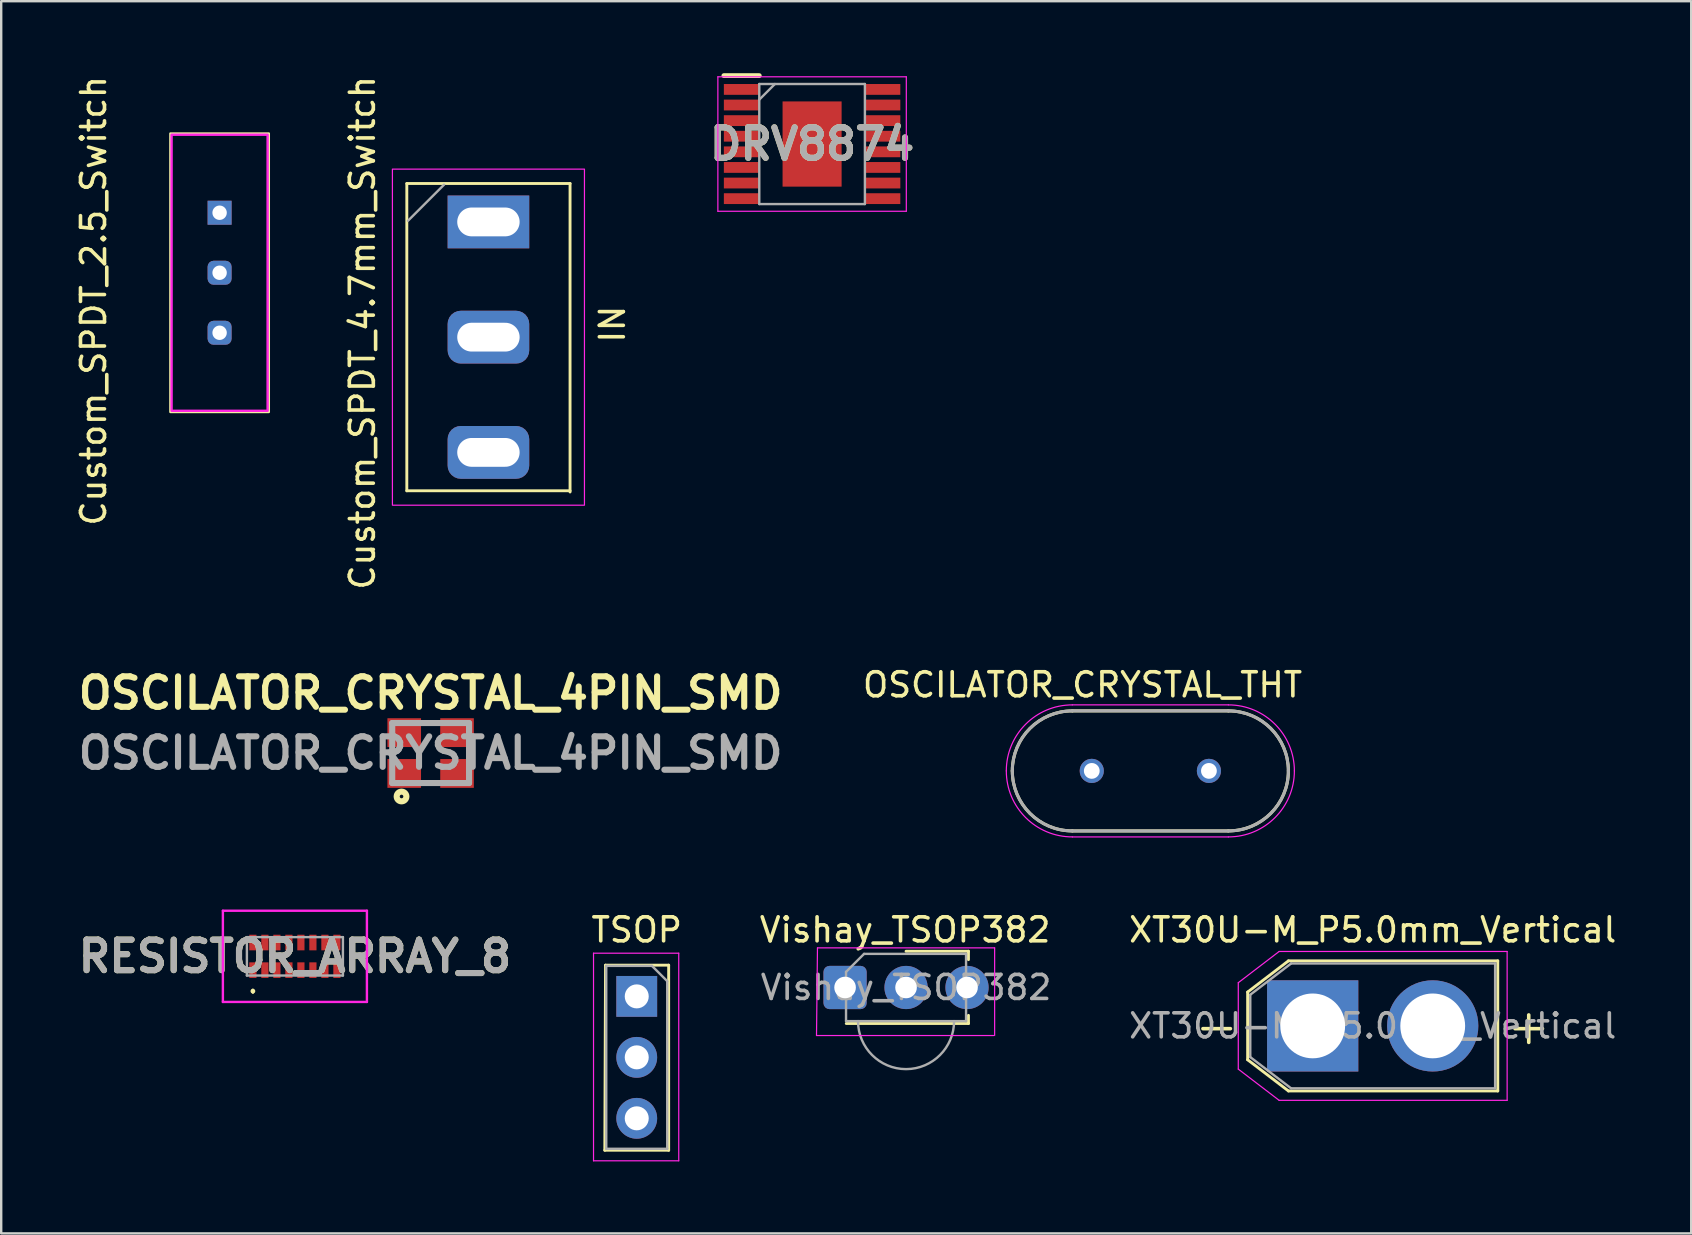
<source format=kicad_pcb>
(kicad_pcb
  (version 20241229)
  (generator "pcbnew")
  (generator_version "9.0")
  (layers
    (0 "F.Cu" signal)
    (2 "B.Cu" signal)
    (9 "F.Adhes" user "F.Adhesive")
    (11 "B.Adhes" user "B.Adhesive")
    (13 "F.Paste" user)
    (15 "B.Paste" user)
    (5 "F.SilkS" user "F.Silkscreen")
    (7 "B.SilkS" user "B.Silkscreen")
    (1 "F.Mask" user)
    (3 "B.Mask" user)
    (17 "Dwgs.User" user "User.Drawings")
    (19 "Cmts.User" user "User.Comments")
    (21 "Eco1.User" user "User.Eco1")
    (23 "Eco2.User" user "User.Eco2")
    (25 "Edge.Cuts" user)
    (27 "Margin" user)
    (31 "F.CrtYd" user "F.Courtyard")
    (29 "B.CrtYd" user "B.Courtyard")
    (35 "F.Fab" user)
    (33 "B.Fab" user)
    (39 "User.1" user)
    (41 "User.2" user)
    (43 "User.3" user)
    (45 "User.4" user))
  (footprint "Custom_SPDT_4.7mm_Switch"
    (layer "F.Cu")
    (at 17.297 10.895)
    (property "Reference" "Custom_SPDT_4.7mm_Switch" (at -5.25 -0.08 90) (layer "F.SilkS") (effects (font (size 1 1) (thickness 0.15))))
    (attr through_hole)
    (fp_line (start -3.4 -6.3) (end 3.4 -6.3) (stroke (width 0.12) (type solid)) (layer "F.SilkS"))
    (fp_line (start -3.4 6.5) (end -3.4 -6.3) (stroke (width 0.12) (type solid)) (layer "F.SilkS"))
    (fp_line (start -3.4 6.5) (end 3.4 6.5) (stroke (width 0.12) (type solid)) (layer "F.SilkS"))
    (fp_line (start 3.4 6.55) (end 3.4 -6.3) (stroke (width 0.12) (type solid)) (layer "F.SilkS"))
    (fp_rect (start -4 -6.9) (end 4 7.1) (stroke (width 0.05) (type default)) (fill no) (layer "F.CrtYd"))
    (fp_line (start -3.35 -4.75) (end -1.85 -6.25) (stroke (width 0.1) (type solid)) (layer "F.Fab"))
    (fp_text user "IN" (at 5.75 0.42 90) (unlocked yes) (layer "F.SilkS") (effects (font (size 1 1) (thickness 0.15)) (justify left bottom)))
    (pad "1" thru_hole rect (at 0 -4.7) (size 3.4 2.2) (drill oval 2.6 1.2) (layers "*.Cu" "*.Mask"))
    (pad "2" thru_hole roundrect (at 0 0.1) (size 3.4 2.2) (drill oval 2.6 1.2) (layers "*.Cu" "*.Mask") (roundrect_rratio 0.25))
    (pad "3" thru_hole roundrect (at 0 4.9) (size 3.4 2.2) (drill oval 2.6 1.2) (layers "*.Cu" "*.Mask") (roundrect_rratio 0.25)))
  (footprint "OSCILATOR_CRYSTAL_4PIN_SMD"
    (layer "F.Cu")
    (at 14.889 28.32)
    (property "Reference" "OSCILATOR_CRYSTAL_4PIN_SMD" (at 0 -2.5 0) (layer "F.SilkS") (effects (font (size 1.27 1.27) (thickness 0.254))))
    (attr smd)
    (fp_circle (center -1.212 1.81) (end -1.212 1.885) (stroke (width 0.254) (type solid)) (fill no) (layer "F.SilkS"))
    (fp_line (start -1.6 -1.25) (end 1.6 -1.25) (stroke (width 0.254) (type solid)) (layer "F.Fab"))
    (fp_line (start -1.6 1.25) (end -1.6 -1.25) (stroke (width 0.254) (type solid)) (layer "F.Fab"))
    (fp_line (start 1.6 -1.25) (end 1.6 1.25) (stroke (width 0.254) (type solid)) (layer "F.Fab"))
    (fp_line (start 1.6 1.25) (end -1.6 1.25) (stroke (width 0.254) (type solid)) (layer "F.Fab"))
    (fp_text user "${REFERENCE}" (at 0 0 0) (layer "F.Fab") (effects (font (size 1.27 1.27) (thickness 0.254))))
    (pad "1" smd rect (at -1.1 0.85 90) (size 1.2 1.4) (layers "F.Cu" "F.Mask" "F.Paste"))
    (pad "2" smd rect (at 1.1 0.85 90) (size 1.2 1.4) (layers "F.Cu" "F.Mask" "F.Paste"))
    (pad "3" smd rect (at 1.1 -0.85 90) (size 1.2 1.4) (layers "F.Cu" "F.Mask" "F.Paste"))
    (pad "4" smd rect (at -1.1 -0.85 90) (size 1.2 1.4) (layers "F.Cu" "F.Mask" "F.Paste")))
  (footprint "RESISTOR_ARRAY_8"
    (layer "F.Cu")
    (at 9.235 36.789)
    (property "Reference" "RESISTOR_ARRAY_8" (at 0 0 0) (layer "F.SilkS") (effects (font (size 1.27 1.27) (thickness 0.254))))
    (attr smd)
    (fp_line (start -1.75 1.4) (end -1.75 1.4) (stroke (width 0.1) (type solid)) (layer "F.SilkS"))
    (fp_line (start -1.75 1.5) (end -1.75 1.5) (stroke (width 0.1) (type solid)) (layer "F.SilkS"))
    (fp_arc (start -1.75 1.4) (mid -1.7 1.45) (end -1.75 1.5) (stroke (width 0.1) (type solid)) (layer "F.SilkS"))
    (fp_arc (start -1.75 1.5) (mid -1.8 1.45) (end -1.75 1.4) (stroke (width 0.1) (type solid)) (layer "F.SilkS"))
    (fp_line (start -3 -1.9) (end 3 -1.9) (stroke (width 0.1) (type solid)) (layer "F.CrtYd"))
    (fp_line (start -3 1.9) (end -3 -1.9) (stroke (width 0.1) (type solid)) (layer "F.CrtYd"))
    (fp_line (start 3 -1.9) (end 3 1.9) (stroke (width 0.1) (type solid)) (layer "F.CrtYd"))
    (fp_line (start 3 1.9) (end -3 1.9) (stroke (width 0.1) (type solid)) (layer "F.CrtYd"))
    (fp_line (start -2 -0.8) (end -2 0.8) (stroke (width 0.1) (type solid)) (layer "F.Fab"))
    (fp_line (start -2 0.8) (end 2 0.8) (stroke (width 0.1) (type solid)) (layer "F.Fab"))
    (fp_line (start 2 -0.8) (end -2 -0.8) (stroke (width 0.1) (type solid)) (layer "F.Fab"))
    (fp_line (start 2 0.8) (end 2 -0.8) (stroke (width 0.1) (type solid)) (layer "F.Fab"))
    (fp_text user "${REFERENCE}" (at 0 0 0) (layer "F.Fab") (effects (font (size 1.27 1.27) (thickness 0.254))))
    (pad "1" smd rect (at -1.75 0.575) (size 0.3 0.65) (layers "F.Cu" "F.Mask" "F.Paste"))
    (pad "2" smd rect (at -1.25 0.575) (size 0.3 0.65) (layers "F.Cu" "F.Mask" "F.Paste"))
    (pad "3" smd rect (at -0.75 0.575) (size 0.3 0.65) (layers "F.Cu" "F.Mask" "F.Paste"))
    (pad "4" smd rect (at -0.25 0.575) (size 0.3 0.65) (layers "F.Cu" "F.Mask" "F.Paste"))
    (pad "5" smd rect (at 0.25 0.575) (size 0.3 0.65) (layers "F.Cu" "F.Mask" "F.Paste"))
    (pad "6" smd rect (at 0.75 0.575) (size 0.3 0.65) (layers "F.Cu" "F.Mask" "F.Paste"))
    (pad "7" smd rect (at 1.25 0.575) (size 0.3 0.65) (layers "F.Cu" "F.Mask" "F.Paste"))
    (pad "8" smd rect (at 1.75 0.575) (size 0.3 0.65) (layers "F.Cu" "F.Mask" "F.Paste"))
    (pad "9" smd rect (at 1.75 -0.575) (size 0.3 0.65) (layers "F.Cu" "F.Mask" "F.Paste"))
    (pad "10" smd rect (at 1.25 -0.575) (size 0.3 0.65) (layers "F.Cu" "F.Mask" "F.Paste"))
    (pad "11" smd rect (at 0.75 -0.575) (size 0.3 0.65) (layers "F.Cu" "F.Mask" "F.Paste"))
    (pad "12" smd rect (at 0.25 -0.575) (size 0.3 0.65) (layers "F.Cu" "F.Mask" "F.Paste"))
    (pad "13" smd rect (at -0.25 -0.575) (size 0.3 0.65) (layers "F.Cu" "F.Mask" "F.Paste"))
    (pad "14" smd rect (at -0.75 -0.575) (size 0.3 0.65) (layers "F.Cu" "F.Mask" "F.Paste"))
    (pad "15" smd rect (at -1.25 -0.575) (size 0.3 0.65) (layers "F.Cu" "F.Mask" "F.Paste"))
    (pad "16" smd rect (at -1.75 -0.575) (size 0.3 0.65) (layers "F.Cu" "F.Mask" "F.Paste")))
  (footprint "XT30U-M_P5.0mm_Vertical"
    (layer "F.Cu")
    (at 51.634 39.687)
    (property "Reference" "XT30U-M_P5.0mm_Vertical" (at 2.5 -4 0) (layer "F.SilkS") (effects (font (size 1 1) (thickness 0.15))))
    (attr through_hole)
    (fp_line (start -2.71 -1.41) (end -2.71 1.41) (stroke (width 0.12) (type solid)) (layer "F.SilkS"))
    (fp_line (start -2.71 -1.41) (end -1.01 -2.71) (stroke (width 0.12) (type solid)) (layer "F.SilkS"))
    (fp_line (start -2.71 1.41) (end -1.01 2.71) (stroke (width 0.12) (type solid)) (layer "F.SilkS"))
    (fp_line (start -1.01 -2.71) (end 7.71 -2.71) (stroke (width 0.12) (type solid)) (layer "F.SilkS"))
    (fp_line (start -1.01 2.71) (end 7.71 2.71) (stroke (width 0.12) (type solid)) (layer "F.SilkS"))
    (fp_line (start 7.71 -2.71) (end 7.71 2.71) (stroke (width 0.12) (type solid)) (layer "F.SilkS"))
    (fp_line (start -3.1 -1.8) (end -3.1 1.8) (stroke (width 0.05) (type solid)) (layer "F.CrtYd"))
    (fp_line (start -3.1 -1.8) (end -1.4 -3.1) (stroke (width 0.05) (type solid)) (layer "F.CrtYd"))
    (fp_line (start -3.1 1.8) (end -1.4 3.1) (stroke (width 0.05) (type solid)) (layer "F.CrtYd"))
    (fp_line (start -1.4 -3.1) (end 8.1 -3.1) (stroke (width 0.05) (type solid)) (layer "F.CrtYd"))
    (fp_line (start -1.4 3.1) (end 8.1 3.1) (stroke (width 0.05) (type solid)) (layer "F.CrtYd"))
    (fp_line (start 8.1 -3.1) (end 8.1 3.1) (stroke (width 0.05) (type solid)) (layer "F.CrtYd"))
    (fp_line (start -2.6 -1.3) (end -2.6 1.3) (stroke (width 0.1) (type solid)) (layer "F.Fab"))
    (fp_line (start -2.6 -1.3) (end -0.9 -2.6) (stroke (width 0.1) (type solid)) (layer "F.Fab"))
    (fp_line (start -2.6 1.3) (end -0.9 2.6) (stroke (width 0.1) (type solid)) (layer "F.Fab"))
    (fp_line (start -0.9 -2.6) (end 7.6 -2.6) (stroke (width 0.1) (type solid)) (layer "F.Fab"))
    (fp_line (start -0.9 2.6) (end 7.6 2.6) (stroke (width 0.1) (type solid)) (layer "F.Fab"))
    (fp_line (start 7.6 -2.6) (end 7.6 2.6) (stroke (width 0.1) (type solid)) (layer "F.Fab"))
    (fp_text user "-" (at -4 0 0) (layer "F.SilkS") (effects (font (size 1.5 1.5) (thickness 0.15))))
    (fp_text user "+" (at 9 0 0) (layer "F.SilkS") (effects (font (size 1.5 1.5) (thickness 0.15))))
    (fp_text user "${REFERENCE}" (at 2.5 0 0) (layer "F.Fab") (effects (font (size 1 1) (thickness 0.15))))
    (pad "1" thru_hole rect (at 0 0) (size 3.8 3.8) (drill 2.7) (layers "*.Cu" "*.Mask"))
    (pad "2" thru_hole circle (at 5 0) (size 3.8 3.8) (drill 2.7) (layers "*.Cu" "*.Mask")))
  (footprint "DRV8874"
    (layer "F.Cu")
    (at 30.78 2.95)
    (property "Reference" "DRV8874" (at 0 0 0) (layer "F.SilkS") (effects (font (size 1.27 1.27) (thickness 0.254))))
    (attr smd)
    (fp_line (start -3.675 -2.85) (end -2.2 -2.85) (stroke (width 0.2) (type solid)) (layer "F.SilkS"))
    (fp_line (start -3.925 -2.8) (end 3.925 -2.8) (stroke (width 0.05) (type solid)) (layer "F.CrtYd"))
    (fp_line (start -3.925 2.8) (end -3.925 -2.8) (stroke (width 0.05) (type solid)) (layer "F.CrtYd"))
    (fp_line (start 3.925 -2.8) (end 3.925 2.8) (stroke (width 0.05) (type solid)) (layer "F.CrtYd"))
    (fp_line (start 3.925 2.8) (end -3.925 2.8) (stroke (width 0.05) (type solid)) (layer "F.CrtYd"))
    (fp_line (start -2.2 -2.5) (end 2.2 -2.5) (stroke (width 0.1) (type solid)) (layer "F.Fab"))
    (fp_line (start -2.2 -1.85) (end -1.55 -2.5) (stroke (width 0.1) (type solid)) (layer "F.Fab"))
    (fp_line (start -2.2 2.5) (end -2.2 -2.5) (stroke (width 0.1) (type solid)) (layer "F.Fab"))
    (fp_line (start 2.2 -2.5) (end 2.2 2.5) (stroke (width 0.1) (type solid)) (layer "F.Fab"))
    (fp_line (start 2.2 2.5) (end -2.2 2.5) (stroke (width 0.1) (type solid)) (layer "F.Fab"))
    (fp_text user "${REFERENCE}" (at 0 0 0) (layer "F.Fab") (effects (font (size 1.27 1.27) (thickness 0.254))))
    (pad "1" smd rect (at -2.938 -2.275 90) (size 0.45 1.475) (layers "F.Cu" "F.Mask" "F.Paste"))
    (pad "2" smd rect (at -2.938 -1.625 90) (size 0.45 1.475) (layers "F.Cu" "F.Mask" "F.Paste"))
    (pad "3" smd rect (at -2.938 -0.975 90) (size 0.45 1.475) (layers "F.Cu" "F.Mask" "F.Paste"))
    (pad "4" smd rect (at -2.938 -0.325 90) (size 0.45 1.475) (layers "F.Cu" "F.Mask" "F.Paste"))
    (pad "5" smd rect (at -2.938 0.325 90) (size 0.45 1.475) (layers "F.Cu" "F.Mask" "F.Paste"))
    (pad "6" smd rect (at -2.938 0.975 90) (size 0.45 1.475) (layers "F.Cu" "F.Mask" "F.Paste"))
    (pad "7" smd rect (at -2.938 1.625 90) (size 0.45 1.475) (layers "F.Cu" "F.Mask" "F.Paste"))
    (pad "8" smd rect (at -2.938 2.275 90) (size 0.45 1.475) (layers "F.Cu" "F.Mask" "F.Paste"))
    (pad "9" smd rect (at 2.938 2.275 90) (size 0.45 1.475) (layers "F.Cu" "F.Mask" "F.Paste"))
    (pad "10" smd rect (at 2.938 1.625 90) (size 0.45 1.475) (layers "F.Cu" "F.Mask" "F.Paste"))
    (pad "11" smd rect (at 2.938 0.975 90) (size 0.45 1.475) (layers "F.Cu" "F.Mask" "F.Paste"))
    (pad "12" smd rect (at 2.938 0.325 90) (size 0.45 1.475) (layers "F.Cu" "F.Mask" "F.Paste"))
    (pad "13" smd rect (at 2.938 -0.325 90) (size 0.45 1.475) (layers "F.Cu" "F.Mask" "F.Paste"))
    (pad "14" smd rect (at 2.938 -0.975 90) (size 0.45 1.475) (layers "F.Cu" "F.Mask" "F.Paste"))
    (pad "15" smd rect (at 2.938 -1.625 90) (size 0.45 1.475) (layers "F.Cu" "F.Mask" "F.Paste"))
    (pad "16" smd rect (at 2.938 -2.275 90) (size 0.45 1.475) (layers "F.Cu" "F.Mask" "F.Paste"))
    (pad "17" smd rect (at 0 0) (size 2.46 3.55) (layers "F.Cu" "F.Mask" "F.Paste")))
  (footprint "Vishay_TSOP382"
    (layer "F.Cu")
    (at 32.154 38.087)
    (property "Reference" "Vishay_TSOP382" (at 2.5 -2.4 180) (layer "F.SilkS") (effects (font (size 1 1) (thickness 0.15))))
    (attr through_hole)
    (fp_line (start 5.14 -1.51) (end 2.54 -1.51) (stroke (width 0.12) (type solid)) (layer "F.SilkS"))
    (fp_line (start 5.14 -1.16) (end 5.14 -1.51) (stroke (width 0.12) (type solid)) (layer "F.SilkS"))
    (fp_line (start 5.14 1.16) (end 5.14 1.5) (stroke (width 0.12) (type solid)) (layer "F.SilkS"))
    (fp_line (start 5.14 1.5) (end 0.05 1.5) (stroke (width 0.12) (type solid)) (layer "F.SilkS"))
    (fp_line (start -1.15 -1.65) (end -1.19 2) (stroke (width 0.05) (type solid)) (layer "F.CrtYd"))
    (fp_line (start -1.15 -1.65) (end 6.23 -1.65) (stroke (width 0.05) (type solid)) (layer "F.CrtYd"))
    (fp_line (start 6.19 2) (end -1.19 2) (stroke (width 0.05) (type solid)) (layer "F.CrtYd"))
    (fp_line (start 6.23 2) (end 6.23 -1.65) (stroke (width 0.05) (type solid)) (layer "F.CrtYd"))
    (fp_line (start 0.04 1.4) (end 0.04 -0.65) (stroke (width 0.1) (type solid)) (layer "F.Fab"))
    (fp_line (start 0.79 -1.4) (end 0.04 -0.65) (stroke (width 0.1) (type solid)) (layer "F.Fab"))
    (fp_line (start 0.79 -1.4) (end 5.04 -1.4) (stroke (width 0.1) (type solid)) (layer "F.Fab"))
    (fp_line (start 5.04 -1.4) (end 5.04 1.4) (stroke (width 0.1) (type solid)) (layer "F.Fab"))
    (fp_line (start 5.04 1.4) (end 0.04 1.4) (stroke (width 0.1) (type solid)) (layer "F.Fab"))
    (fp_arc (start 4.54 1.4) (mid 2.54 3.4) (end 0.54 1.4) (stroke (width 0.1) (type solid)) (layer "F.Fab"))
    (fp_text user "${REFERENCE}" (at 2.54 0 0) (layer "F.Fab") (effects (font (size 1 1) (thickness 0.15))))
    (pad "1" thru_hole roundrect (at 0 0) (size 1.8 1.8) (drill 0.9) (layers "*.Cu" "*.Mask") (roundrect_rratio 0.139))
    (pad "2" thru_hole circle (at 2.54 0) (size 1.8 1.8) (drill 0.9) (layers "*.Cu" "*.Mask"))
    (pad "3" thru_hole circle (at 5.08 0) (size 1.8 1.8) (drill 0.9) (layers "*.Cu" "*.Mask")))
  (footprint "TSOP"
    (layer "F.Cu")
    (at 23.475 38.457)
    (property "Reference" "TSOP" (at 0 -2.77 0) (layer "F.SilkS") (effects (font (size 1 1) (thickness 0.15))))
    (attr through_hole)
    (fp_line (start -1.33 6.41) (end 1.33 6.41) (stroke (width 0.12) (type solid)) (layer "F.SilkS"))
    (fp_line (start -1.3 -1.3) (end -1.33 6.41) (stroke (width 0.12) (type solid)) (layer "F.SilkS"))
    (fp_line (start -1.3 -1.3) (end 1.33 -1.3) (stroke (width 0.12) (type solid)) (layer "F.SilkS"))
    (fp_line (start 1.33 -1.3) (end 1.33 6.41) (stroke (width 0.12) (type solid)) (layer "F.SilkS"))
    (fp_line (start -1.8 -1.8) (end 1.75 -1.8) (stroke (width 0.05) (type solid)) (layer "F.CrtYd"))
    (fp_line (start -1.8 6.85) (end -1.8 -1.8) (stroke (width 0.05) (type solid)) (layer "F.CrtYd"))
    (fp_line (start 1.75 -1.8) (end 1.75 6.85) (stroke (width 0.05) (type solid)) (layer "F.CrtYd"))
    (fp_line (start 1.75 6.85) (end -1.8 6.85) (stroke (width 0.05) (type solid)) (layer "F.CrtYd"))
    (fp_line (start -1.27 -1.27) (end 0.635 -1.27) (stroke (width 0.1) (type solid)) (layer "F.Fab"))
    (fp_line (start -1.27 6.35) (end -1.27 -1.27) (stroke (width 0.1) (type solid)) (layer "F.Fab"))
    (fp_line (start 0.635 -1.27) (end 1.27 -0.635) (stroke (width 0.1) (type solid)) (layer "F.Fab"))
    (fp_line (start 1.27 -0.635) (end 1.27 6.35) (stroke (width 0.1) (type solid)) (layer "F.Fab"))
    (fp_line (start 1.27 6.35) (end -1.27 6.35) (stroke (width 0.1) (type solid)) (layer "F.Fab"))
    (pad "1" thru_hole rect (at 0 0) (size 1.7 1.7) (drill 1) (layers "*.Cu" "*.Mask"))
    (pad "2" thru_hole oval (at 0 2.54) (size 1.7 1.7) (drill 1) (layers "*.Cu" "*.Mask"))
    (pad "3" thru_hole oval (at 0 5.08) (size 1.7 1.7) (drill 1) (layers "*.Cu" "*.Mask")))
  (footprint "OSCILATOR_CRYSTAL_THT"
    (layer "F.Cu")
    (at 44.871 29.064)
    (property "Reference" "OSCILATOR_CRYSTAL_THT" (at -2.825 -3.585 0) (layer "F.SilkS") (effects (font (size 1 1) (thickness 0.15))))
    (attr through_hole)
    (fp_line (start -3.25 -2.5) (end 3.25 -2.5) (stroke (width 0.127) (type solid)) (layer "F.SilkS"))
    (fp_line (start -3.25 2.5) (end 3.25 2.5) (stroke (width 0.127) (type solid)) (layer "F.SilkS"))
    (fp_arc (start -5.75 0) (mid -5.017767 -1.767767) (end -3.25 -2.5) (stroke (width 0.127) (type solid)) (layer "F.SilkS"))
    (fp_arc (start -3.25 2.5) (mid -5.017767 1.767767) (end -5.75 0) (stroke (width 0.127) (type solid)) (layer "F.SilkS"))
    (fp_arc (start 3.25 -2.5) (mid 5.017767 -1.767767) (end 5.75 0) (stroke (width 0.127) (type solid)) (layer "F.SilkS"))
    (fp_arc (start 5.75 0) (mid 5.017767 1.767767) (end 3.25 2.5) (stroke (width 0.127) (type solid)) (layer "F.SilkS"))
    (fp_line (start -3.25 -2.75) (end 3.25 -2.75) (stroke (width 0.05) (type solid)) (layer "F.CrtYd"))
    (fp_line (start -3.25 2.75) (end 3.25 2.75) (stroke (width 0.05) (type solid)) (layer "F.CrtYd"))
    (fp_arc (start -6 0) (mid -5.194544 -1.944544) (end -3.25 -2.75) (stroke (width 0.05) (type solid)) (layer "F.CrtYd"))
    (fp_arc (start -3.25 2.75) (mid -5.194544 1.944544) (end -6 0) (stroke (width 0.05) (type solid)) (layer "F.CrtYd"))
    (fp_arc (start 3.25 -2.75) (mid 5.194544 -1.944544) (end 6 0) (stroke (width 0.05) (type solid)) (layer "F.CrtYd"))
    (fp_arc (start 6 0) (mid 5.194544 1.944544) (end 3.25 2.75) (stroke (width 0.05) (type solid)) (layer "F.CrtYd"))
    (fp_line (start -3.25 -2.5) (end 3.25 -2.5) (stroke (width 0.127) (type solid)) (layer "F.Fab"))
    (fp_line (start -3.25 2.5) (end 3.25 2.5) (stroke (width 0.127) (type solid)) (layer "F.Fab"))
    (fp_arc (start -5.75 0) (mid -5.017767 -1.767767) (end -3.25 -2.5) (stroke (width 0.127) (type solid)) (layer "F.Fab"))
    (fp_arc (start -3.25 2.5) (mid -5.017767 1.767767) (end -5.75 0) (stroke (width 0.127) (type solid)) (layer "F.Fab"))
    (fp_arc (start 3.25 -2.5) (mid 5.017767 -1.767767) (end 5.75 0) (stroke (width 0.127) (type solid)) (layer "F.Fab"))
    (fp_arc (start 5.75 0) (mid 5.017767 1.767767) (end 3.25 2.5) (stroke (width 0.127) (type solid)) (layer "F.Fab"))
    (pad "1" thru_hole circle (at -2.44 0) (size 1.007 1.007) (drill 0.657) (layers "*.Cu" "*.Mask"))
    (pad "2" thru_hole circle (at 2.44 0) (size 1.007 1.007) (drill 0.657) (layers "*.Cu" "*.Mask")))
  (footprint "Custom_SPDT_2.5_Switch"
    (layer "F.Cu")
    (at 6.098 8.312)
    (property "Reference" "Custom_SPDT_2.5_Switch" (at -5.25 1.17 90) (layer "F.SilkS") (effects (font (size 1 1) (thickness 0.15))))
    (attr through_hole)
    (fp_rect (start -2.05 -5.8) (end 2.05 5.8) (stroke (width 0.1) (type default)) (fill no) (layer "F.SilkS"))
    (fp_rect (start -2 -5.75) (end 2 5.75) (stroke (width 0.1) (type default)) (fill no) (layer "F.CrtYd"))
    (pad "1" thru_hole rect (at 0 -2.5) (size 1 1) (drill 0.6) (layers "*.Cu" "*.Mask"))
    (pad "2" thru_hole roundrect (at 0 0) (size 1 1) (drill 0.6) (layers "*.Cu" "*.Mask") (roundrect_rratio 0.25))
    (pad "3" thru_hole roundrect (at 0 2.5) (size 1 1) (drill 0.6) (layers "*.Cu" "*.Mask") (roundrect_rratio 0.25)))
  (gr_rect
    (start -3 -3)
    (end 67.402 48.332)
    (stroke (width 0.1) (type default))
    (fill no)
    (layer "Edge.Cuts")))
</source>
